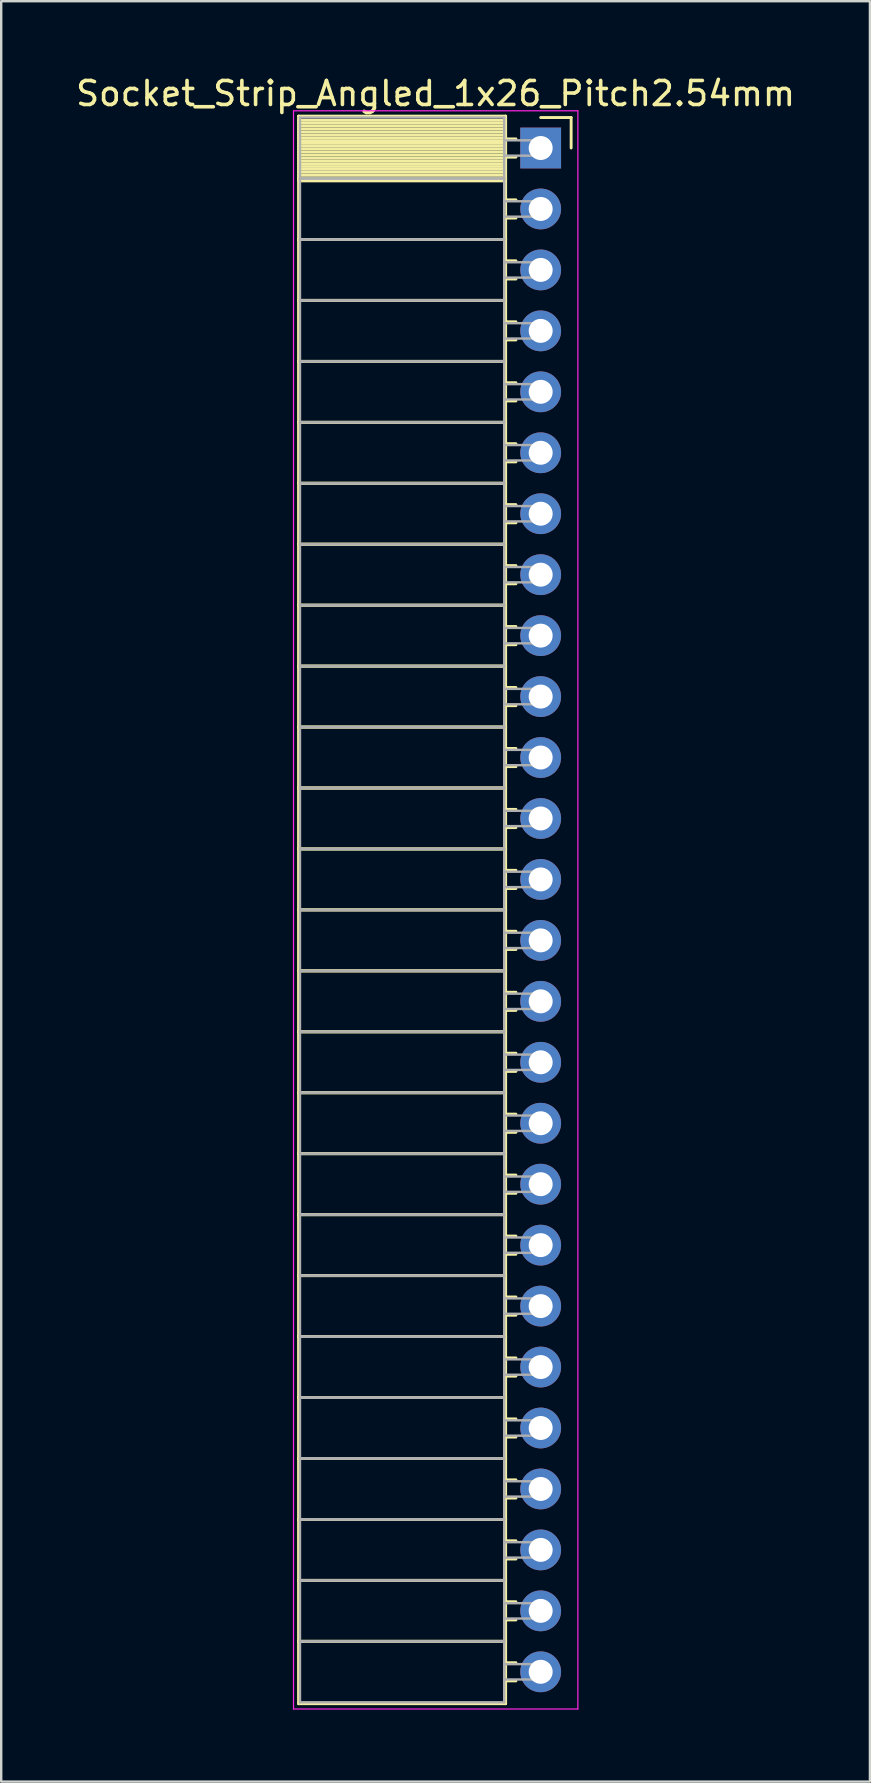
<source format=kicad_pcb>
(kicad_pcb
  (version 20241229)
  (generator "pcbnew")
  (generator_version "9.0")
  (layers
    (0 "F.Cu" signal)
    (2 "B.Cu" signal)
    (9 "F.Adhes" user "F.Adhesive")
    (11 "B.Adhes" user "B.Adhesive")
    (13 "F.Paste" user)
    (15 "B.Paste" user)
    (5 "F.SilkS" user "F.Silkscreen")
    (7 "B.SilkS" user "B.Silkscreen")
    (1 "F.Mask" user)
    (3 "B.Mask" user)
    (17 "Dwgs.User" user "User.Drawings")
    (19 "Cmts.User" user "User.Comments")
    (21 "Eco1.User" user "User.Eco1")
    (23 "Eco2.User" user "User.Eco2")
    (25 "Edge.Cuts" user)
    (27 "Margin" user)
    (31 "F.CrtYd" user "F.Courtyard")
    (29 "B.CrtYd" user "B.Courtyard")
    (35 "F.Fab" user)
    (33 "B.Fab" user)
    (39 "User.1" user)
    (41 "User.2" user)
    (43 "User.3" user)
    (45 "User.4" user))
  (footprint "Socket_Strip_Angled_1x26_Pitch2.54mm"
    (layer "F.Cu")
    (at 19.481 3.118)
    (property "Reference" "Socket_Strip_Angled_1x26_Pitch2.54mm" (at -4.38 -2.27 0) (layer "F.SilkS") (effects (font (size 1 1) (thickness 0.15))))
    (attr through_hole)
    (fp_line (start -10.09 -1.33) (end -1.46 -1.33) (stroke (width 0.12) (type solid)) (layer "F.SilkS"))
    (fp_line (start -10.09 1.27) (end -10.09 -1.33) (stroke (width 0.12) (type solid)) (layer "F.SilkS"))
    (fp_line (start -10.09 1.27) (end -1.46 1.27) (stroke (width 0.12) (type solid)) (layer "F.SilkS"))
    (fp_line (start -10.09 3.81) (end -10.09 1.27) (stroke (width 0.12) (type solid)) (layer "F.SilkS"))
    (fp_line (start -10.09 3.81) (end -1.46 3.81) (stroke (width 0.12) (type solid)) (layer "F.SilkS"))
    (fp_line (start -10.09 6.35) (end -10.09 3.81) (stroke (width 0.12) (type solid)) (layer "F.SilkS"))
    (fp_line (start -10.09 6.35) (end -1.46 6.35) (stroke (width 0.12) (type solid)) (layer "F.SilkS"))
    (fp_line (start -10.09 8.89) (end -10.09 6.35) (stroke (width 0.12) (type solid)) (layer "F.SilkS"))
    (fp_line (start -10.09 8.89) (end -1.46 8.89) (stroke (width 0.12) (type solid)) (layer "F.SilkS"))
    (fp_line (start -10.09 11.43) (end -10.09 8.89) (stroke (width 0.12) (type solid)) (layer "F.SilkS"))
    (fp_line (start -10.09 11.43) (end -1.46 11.43) (stroke (width 0.12) (type solid)) (layer "F.SilkS"))
    (fp_line (start -10.09 13.97) (end -10.09 11.43) (stroke (width 0.12) (type solid)) (layer "F.SilkS"))
    (fp_line (start -10.09 13.97) (end -1.46 13.97) (stroke (width 0.12) (type solid)) (layer "F.SilkS"))
    (fp_line (start -10.09 16.51) (end -10.09 13.97) (stroke (width 0.12) (type solid)) (layer "F.SilkS"))
    (fp_line (start -10.09 16.51) (end -1.46 16.51) (stroke (width 0.12) (type solid)) (layer "F.SilkS"))
    (fp_line (start -10.09 19.05) (end -10.09 16.51) (stroke (width 0.12) (type solid)) (layer "F.SilkS"))
    (fp_line (start -10.09 19.05) (end -1.46 19.05) (stroke (width 0.12) (type solid)) (layer "F.SilkS"))
    (fp_line (start -10.09 21.59) (end -10.09 19.05) (stroke (width 0.12) (type solid)) (layer "F.SilkS"))
    (fp_line (start -10.09 21.59) (end -1.46 21.59) (stroke (width 0.12) (type solid)) (layer "F.SilkS"))
    (fp_line (start -10.09 24.13) (end -10.09 21.59) (stroke (width 0.12) (type solid)) (layer "F.SilkS"))
    (fp_line (start -10.09 24.13) (end -1.46 24.13) (stroke (width 0.12) (type solid)) (layer "F.SilkS"))
    (fp_line (start -10.09 26.67) (end -10.09 24.13) (stroke (width 0.12) (type solid)) (layer "F.SilkS"))
    (fp_line (start -10.09 26.67) (end -1.46 26.67) (stroke (width 0.12) (type solid)) (layer "F.SilkS"))
    (fp_line (start -10.09 29.21) (end -10.09 26.67) (stroke (width 0.12) (type solid)) (layer "F.SilkS"))
    (fp_line (start -10.09 29.21) (end -1.46 29.21) (stroke (width 0.12) (type solid)) (layer "F.SilkS"))
    (fp_line (start -10.09 31.75) (end -10.09 29.21) (stroke (width 0.12) (type solid)) (layer "F.SilkS"))
    (fp_line (start -10.09 31.75) (end -1.46 31.75) (stroke (width 0.12) (type solid)) (layer "F.SilkS"))
    (fp_line (start -10.09 34.29) (end -10.09 31.75) (stroke (width 0.12) (type solid)) (layer "F.SilkS"))
    (fp_line (start -10.09 34.29) (end -1.46 34.29) (stroke (width 0.12) (type solid)) (layer "F.SilkS"))
    (fp_line (start -10.09 36.83) (end -10.09 34.29) (stroke (width 0.12) (type solid)) (layer "F.SilkS"))
    (fp_line (start -10.09 36.83) (end -1.46 36.83) (stroke (width 0.12) (type solid)) (layer "F.SilkS"))
    (fp_line (start -10.09 39.37) (end -10.09 36.83) (stroke (width 0.12) (type solid)) (layer "F.SilkS"))
    (fp_line (start -10.09 39.37) (end -1.46 39.37) (stroke (width 0.12) (type solid)) (layer "F.SilkS"))
    (fp_line (start -10.09 41.91) (end -10.09 39.37) (stroke (width 0.12) (type solid)) (layer "F.SilkS"))
    (fp_line (start -10.09 41.91) (end -1.46 41.91) (stroke (width 0.12) (type solid)) (layer "F.SilkS"))
    (fp_line (start -10.09 44.45) (end -10.09 41.91) (stroke (width 0.12) (type solid)) (layer "F.SilkS"))
    (fp_line (start -10.09 44.45) (end -1.46 44.45) (stroke (width 0.12) (type solid)) (layer "F.SilkS"))
    (fp_line (start -10.09 46.99) (end -10.09 44.45) (stroke (width 0.12) (type solid)) (layer "F.SilkS"))
    (fp_line (start -10.09 46.99) (end -1.46 46.99) (stroke (width 0.12) (type solid)) (layer "F.SilkS"))
    (fp_line (start -10.09 49.53) (end -10.09 46.99) (stroke (width 0.12) (type solid)) (layer "F.SilkS"))
    (fp_line (start -10.09 49.53) (end -1.46 49.53) (stroke (width 0.12) (type solid)) (layer "F.SilkS"))
    (fp_line (start -10.09 52.07) (end -10.09 49.53) (stroke (width 0.12) (type solid)) (layer "F.SilkS"))
    (fp_line (start -10.09 52.07) (end -1.46 52.07) (stroke (width 0.12) (type solid)) (layer "F.SilkS"))
    (fp_line (start -10.09 54.61) (end -10.09 52.07) (stroke (width 0.12) (type solid)) (layer "F.SilkS"))
    (fp_line (start -10.09 54.61) (end -1.46 54.61) (stroke (width 0.12) (type solid)) (layer "F.SilkS"))
    (fp_line (start -10.09 57.15) (end -10.09 54.61) (stroke (width 0.12) (type solid)) (layer "F.SilkS"))
    (fp_line (start -10.09 57.15) (end -1.46 57.15) (stroke (width 0.12) (type solid)) (layer "F.SilkS"))
    (fp_line (start -10.09 59.69) (end -10.09 57.15) (stroke (width 0.12) (type solid)) (layer "F.SilkS"))
    (fp_line (start -10.09 59.69) (end -1.46 59.69) (stroke (width 0.12) (type solid)) (layer "F.SilkS"))
    (fp_line (start -10.09 62.23) (end -10.09 59.69) (stroke (width 0.12) (type solid)) (layer "F.SilkS"))
    (fp_line (start -10.09 62.23) (end -1.46 62.23) (stroke (width 0.12) (type solid)) (layer "F.SilkS"))
    (fp_line (start -10.09 64.83) (end -10.09 62.23) (stroke (width 0.12) (type solid)) (layer "F.SilkS"))
    (fp_line (start -1.46 -1.33) (end -1.46 1.27) (stroke (width 0.12) (type solid)) (layer "F.SilkS"))
    (fp_line (start -1.46 -1.15) (end -10.09 -1.15) (stroke (width 0.12) (type solid)) (layer "F.SilkS"))
    (fp_line (start -1.46 -1.03) (end -10.09 -1.03) (stroke (width 0.12) (type solid)) (layer "F.SilkS"))
    (fp_line (start -1.46 -0.91) (end -10.09 -0.91) (stroke (width 0.12) (type solid)) (layer "F.SilkS"))
    (fp_line (start -1.46 -0.79) (end -10.09 -0.79) (stroke (width 0.12) (type solid)) (layer "F.SilkS"))
    (fp_line (start -1.46 -0.67) (end -10.09 -0.67) (stroke (width 0.12) (type solid)) (layer "F.SilkS"))
    (fp_line (start -1.46 -0.55) (end -10.09 -0.55) (stroke (width 0.12) (type solid)) (layer "F.SilkS"))
    (fp_line (start -1.46 -0.43) (end -10.09 -0.43) (stroke (width 0.12) (type solid)) (layer "F.SilkS"))
    (fp_line (start -1.46 -0.31) (end -10.09 -0.31) (stroke (width 0.12) (type solid)) (layer "F.SilkS"))
    (fp_line (start -1.46 -0.19) (end -10.09 -0.19) (stroke (width 0.12) (type solid)) (layer "F.SilkS"))
    (fp_line (start -1.46 -0.07) (end -10.09 -0.07) (stroke (width 0.12) (type solid)) (layer "F.SilkS"))
    (fp_line (start -1.46 0.05) (end -10.09 0.05) (stroke (width 0.12) (type solid)) (layer "F.SilkS"))
    (fp_line (start -1.46 0.17) (end -10.09 0.17) (stroke (width 0.12) (type solid)) (layer "F.SilkS"))
    (fp_line (start -1.46 0.29) (end -10.09 0.29) (stroke (width 0.12) (type solid)) (layer "F.SilkS"))
    (fp_line (start -1.46 0.41) (end -10.09 0.41) (stroke (width 0.12) (type solid)) (layer "F.SilkS"))
    (fp_line (start -1.46 0.53) (end -10.09 0.53) (stroke (width 0.12) (type solid)) (layer "F.SilkS"))
    (fp_line (start -1.46 0.65) (end -10.09 0.65) (stroke (width 0.12) (type solid)) (layer "F.SilkS"))
    (fp_line (start -1.46 0.77) (end -10.09 0.77) (stroke (width 0.12) (type solid)) (layer "F.SilkS"))
    (fp_line (start -1.46 0.89) (end -10.09 0.89) (stroke (width 0.12) (type solid)) (layer "F.SilkS"))
    (fp_line (start -1.46 1.01) (end -10.09 1.01) (stroke (width 0.12) (type solid)) (layer "F.SilkS"))
    (fp_line (start -1.46 1.13) (end -10.09 1.13) (stroke (width 0.12) (type solid)) (layer "F.SilkS"))
    (fp_line (start -1.46 1.25) (end -10.09 1.25) (stroke (width 0.12) (type solid)) (layer "F.SilkS"))
    (fp_line (start -1.46 1.27) (end -10.09 1.27) (stroke (width 0.12) (type solid)) (layer "F.SilkS"))
    (fp_line (start -1.46 1.27) (end -1.46 3.81) (stroke (width 0.12) (type solid)) (layer "F.SilkS"))
    (fp_line (start -1.46 1.37) (end -10.09 1.37) (stroke (width 0.12) (type solid)) (layer "F.SilkS"))
    (fp_line (start -1.46 3.81) (end -10.09 3.81) (stroke (width 0.12) (type solid)) (layer "F.SilkS"))
    (fp_line (start -1.46 3.81) (end -1.46 6.35) (stroke (width 0.12) (type solid)) (layer "F.SilkS"))
    (fp_line (start -1.46 6.35) (end -10.09 6.35) (stroke (width 0.12) (type solid)) (layer "F.SilkS"))
    (fp_line (start -1.46 6.35) (end -1.46 8.89) (stroke (width 0.12) (type solid)) (layer "F.SilkS"))
    (fp_line (start -1.46 8.89) (end -10.09 8.89) (stroke (width 0.12) (type solid)) (layer "F.SilkS"))
    (fp_line (start -1.46 8.89) (end -1.46 11.43) (stroke (width 0.12) (type solid)) (layer "F.SilkS"))
    (fp_line (start -1.46 11.43) (end -10.09 11.43) (stroke (width 0.12) (type solid)) (layer "F.SilkS"))
    (fp_line (start -1.46 11.43) (end -1.46 13.97) (stroke (width 0.12) (type solid)) (layer "F.SilkS"))
    (fp_line (start -1.46 13.97) (end -10.09 13.97) (stroke (width 0.12) (type solid)) (layer "F.SilkS"))
    (fp_line (start -1.46 13.97) (end -1.46 16.51) (stroke (width 0.12) (type solid)) (layer "F.SilkS"))
    (fp_line (start -1.46 16.51) (end -10.09 16.51) (stroke (width 0.12) (type solid)) (layer "F.SilkS"))
    (fp_line (start -1.46 16.51) (end -1.46 19.05) (stroke (width 0.12) (type solid)) (layer "F.SilkS"))
    (fp_line (start -1.46 19.05) (end -10.09 19.05) (stroke (width 0.12) (type solid)) (layer "F.SilkS"))
    (fp_line (start -1.46 19.05) (end -1.46 21.59) (stroke (width 0.12) (type solid)) (layer "F.SilkS"))
    (fp_line (start -1.46 21.59) (end -10.09 21.59) (stroke (width 0.12) (type solid)) (layer "F.SilkS"))
    (fp_line (start -1.46 21.59) (end -1.46 24.13) (stroke (width 0.12) (type solid)) (layer "F.SilkS"))
    (fp_line (start -1.46 24.13) (end -10.09 24.13) (stroke (width 0.12) (type solid)) (layer "F.SilkS"))
    (fp_line (start -1.46 24.13) (end -1.46 26.67) (stroke (width 0.12) (type solid)) (layer "F.SilkS"))
    (fp_line (start -1.46 26.67) (end -10.09 26.67) (stroke (width 0.12) (type solid)) (layer "F.SilkS"))
    (fp_line (start -1.46 26.67) (end -1.46 29.21) (stroke (width 0.12) (type solid)) (layer "F.SilkS"))
    (fp_line (start -1.46 29.21) (end -10.09 29.21) (stroke (width 0.12) (type solid)) (layer "F.SilkS"))
    (fp_line (start -1.46 29.21) (end -1.46 31.75) (stroke (width 0.12) (type solid)) (layer "F.SilkS"))
    (fp_line (start -1.46 31.75) (end -10.09 31.75) (stroke (width 0.12) (type solid)) (layer "F.SilkS"))
    (fp_line (start -1.46 31.75) (end -1.46 34.29) (stroke (width 0.12) (type solid)) (layer "F.SilkS"))
    (fp_line (start -1.46 34.29) (end -10.09 34.29) (stroke (width 0.12) (type solid)) (layer "F.SilkS"))
    (fp_line (start -1.46 34.29) (end -1.46 36.83) (stroke (width 0.12) (type solid)) (layer "F.SilkS"))
    (fp_line (start -1.46 36.83) (end -10.09 36.83) (stroke (width 0.12) (type solid)) (layer "F.SilkS"))
    (fp_line (start -1.46 36.83) (end -1.46 39.37) (stroke (width 0.12) (type solid)) (layer "F.SilkS"))
    (fp_line (start -1.46 39.37) (end -10.09 39.37) (stroke (width 0.12) (type solid)) (layer "F.SilkS"))
    (fp_line (start -1.46 39.37) (end -1.46 41.91) (stroke (width 0.12) (type solid)) (layer "F.SilkS"))
    (fp_line (start -1.46 41.91) (end -10.09 41.91) (stroke (width 0.12) (type solid)) (layer "F.SilkS"))
    (fp_line (start -1.46 41.91) (end -1.46 44.45) (stroke (width 0.12) (type solid)) (layer "F.SilkS"))
    (fp_line (start -1.46 44.45) (end -10.09 44.45) (stroke (width 0.12) (type solid)) (layer "F.SilkS"))
    (fp_line (start -1.46 44.45) (end -1.46 46.99) (stroke (width 0.12) (type solid)) (layer "F.SilkS"))
    (fp_line (start -1.46 46.99) (end -10.09 46.99) (stroke (width 0.12) (type solid)) (layer "F.SilkS"))
    (fp_line (start -1.46 46.99) (end -1.46 49.53) (stroke (width 0.12) (type solid)) (layer "F.SilkS"))
    (fp_line (start -1.46 49.53) (end -10.09 49.53) (stroke (width 0.12) (type solid)) (layer "F.SilkS"))
    (fp_line (start -1.46 49.53) (end -1.46 52.07) (stroke (width 0.12) (type solid)) (layer "F.SilkS"))
    (fp_line (start -1.46 52.07) (end -10.09 52.07) (stroke (width 0.12) (type solid)) (layer "F.SilkS"))
    (fp_line (start -1.46 52.07) (end -1.46 54.61) (stroke (width 0.12) (type solid)) (layer "F.SilkS"))
    (fp_line (start -1.46 54.61) (end -10.09 54.61) (stroke (width 0.12) (type solid)) (layer "F.SilkS"))
    (fp_line (start -1.46 54.61) (end -1.46 57.15) (stroke (width 0.12) (type solid)) (layer "F.SilkS"))
    (fp_line (start -1.46 57.15) (end -10.09 57.15) (stroke (width 0.12) (type solid)) (layer "F.SilkS"))
    (fp_line (start -1.46 57.15) (end -1.46 59.69) (stroke (width 0.12) (type solid)) (layer "F.SilkS"))
    (fp_line (start -1.46 59.69) (end -10.09 59.69) (stroke (width 0.12) (type solid)) (layer "F.SilkS"))
    (fp_line (start -1.46 59.69) (end -1.46 62.23) (stroke (width 0.12) (type solid)) (layer "F.SilkS"))
    (fp_line (start -1.46 62.23) (end -10.09 62.23) (stroke (width 0.12) (type solid)) (layer "F.SilkS"))
    (fp_line (start -1.46 62.23) (end -1.46 64.83) (stroke (width 0.12) (type solid)) (layer "F.SilkS"))
    (fp_line (start -1.46 64.83) (end -10.09 64.83) (stroke (width 0.12) (type solid)) (layer "F.SilkS"))
    (fp_line (start -1.03 -0.38) (end -1.46 -0.38) (stroke (width 0.12) (type solid)) (layer "F.SilkS"))
    (fp_line (start -1.03 0.38) (end -1.46 0.38) (stroke (width 0.12) (type solid)) (layer "F.SilkS"))
    (fp_line (start -1.03 2.16) (end -1.46 2.16) (stroke (width 0.12) (type solid)) (layer "F.SilkS"))
    (fp_line (start -1.03 2.92) (end -1.46 2.92) (stroke (width 0.12) (type solid)) (layer "F.SilkS"))
    (fp_line (start -1.03 4.7) (end -1.46 4.7) (stroke (width 0.12) (type solid)) (layer "F.SilkS"))
    (fp_line (start -1.03 5.46) (end -1.46 5.46) (stroke (width 0.12) (type solid)) (layer "F.SilkS"))
    (fp_line (start -1.03 7.24) (end -1.46 7.24) (stroke (width 0.12) (type solid)) (layer "F.SilkS"))
    (fp_line (start -1.03 8) (end -1.46 8) (stroke (width 0.12) (type solid)) (layer "F.SilkS"))
    (fp_line (start -1.03 9.78) (end -1.46 9.78) (stroke (width 0.12) (type solid)) (layer "F.SilkS"))
    (fp_line (start -1.03 10.54) (end -1.46 10.54) (stroke (width 0.12) (type solid)) (layer "F.SilkS"))
    (fp_line (start -1.03 12.32) (end -1.46 12.32) (stroke (width 0.12) (type solid)) (layer "F.SilkS"))
    (fp_line (start -1.03 13.08) (end -1.46 13.08) (stroke (width 0.12) (type solid)) (layer "F.SilkS"))
    (fp_line (start -1.03 14.86) (end -1.46 14.86) (stroke (width 0.12) (type solid)) (layer "F.SilkS"))
    (fp_line (start -1.03 15.62) (end -1.46 15.62) (stroke (width 0.12) (type solid)) (layer "F.SilkS"))
    (fp_line (start -1.03 17.4) (end -1.46 17.4) (stroke (width 0.12) (type solid)) (layer "F.SilkS"))
    (fp_line (start -1.03 18.16) (end -1.46 18.16) (stroke (width 0.12) (type solid)) (layer "F.SilkS"))
    (fp_line (start -1.03 19.94) (end -1.46 19.94) (stroke (width 0.12) (type solid)) (layer "F.SilkS"))
    (fp_line (start -1.03 20.7) (end -1.46 20.7) (stroke (width 0.12) (type solid)) (layer "F.SilkS"))
    (fp_line (start -1.03 22.48) (end -1.46 22.48) (stroke (width 0.12) (type solid)) (layer "F.SilkS"))
    (fp_line (start -1.03 23.24) (end -1.46 23.24) (stroke (width 0.12) (type solid)) (layer "F.SilkS"))
    (fp_line (start -1.03 25.02) (end -1.46 25.02) (stroke (width 0.12) (type solid)) (layer "F.SilkS"))
    (fp_line (start -1.03 25.78) (end -1.46 25.78) (stroke (width 0.12) (type solid)) (layer "F.SilkS"))
    (fp_line (start -1.03 27.56) (end -1.46 27.56) (stroke (width 0.12) (type solid)) (layer "F.SilkS"))
    (fp_line (start -1.03 28.32) (end -1.46 28.32) (stroke (width 0.12) (type solid)) (layer "F.SilkS"))
    (fp_line (start -1.03 30.1) (end -1.46 30.1) (stroke (width 0.12) (type solid)) (layer "F.SilkS"))
    (fp_line (start -1.03 30.86) (end -1.46 30.86) (stroke (width 0.12) (type solid)) (layer "F.SilkS"))
    (fp_line (start -1.03 32.64) (end -1.46 32.64) (stroke (width 0.12) (type solid)) (layer "F.SilkS"))
    (fp_line (start -1.03 33.4) (end -1.46 33.4) (stroke (width 0.12) (type solid)) (layer "F.SilkS"))
    (fp_line (start -1.03 35.18) (end -1.46 35.18) (stroke (width 0.12) (type solid)) (layer "F.SilkS"))
    (fp_line (start -1.03 35.94) (end -1.46 35.94) (stroke (width 0.12) (type solid)) (layer "F.SilkS"))
    (fp_line (start -1.03 37.72) (end -1.46 37.72) (stroke (width 0.12) (type solid)) (layer "F.SilkS"))
    (fp_line (start -1.03 38.48) (end -1.46 38.48) (stroke (width 0.12) (type solid)) (layer "F.SilkS"))
    (fp_line (start -1.03 40.26) (end -1.46 40.26) (stroke (width 0.12) (type solid)) (layer "F.SilkS"))
    (fp_line (start -1.03 41.02) (end -1.46 41.02) (stroke (width 0.12) (type solid)) (layer "F.SilkS"))
    (fp_line (start -1.03 42.8) (end -1.46 42.8) (stroke (width 0.12) (type solid)) (layer "F.SilkS"))
    (fp_line (start -1.03 43.56) (end -1.46 43.56) (stroke (width 0.12) (type solid)) (layer "F.SilkS"))
    (fp_line (start -1.03 45.34) (end -1.46 45.34) (stroke (width 0.12) (type solid)) (layer "F.SilkS"))
    (fp_line (start -1.03 46.1) (end -1.46 46.1) (stroke (width 0.12) (type solid)) (layer "F.SilkS"))
    (fp_line (start -1.03 47.88) (end -1.46 47.88) (stroke (width 0.12) (type solid)) (layer "F.SilkS"))
    (fp_line (start -1.03 48.64) (end -1.46 48.64) (stroke (width 0.12) (type solid)) (layer "F.SilkS"))
    (fp_line (start -1.03 50.42) (end -1.46 50.42) (stroke (width 0.12) (type solid)) (layer "F.SilkS"))
    (fp_line (start -1.03 51.18) (end -1.46 51.18) (stroke (width 0.12) (type solid)) (layer "F.SilkS"))
    (fp_line (start -1.03 52.96) (end -1.46 52.96) (stroke (width 0.12) (type solid)) (layer "F.SilkS"))
    (fp_line (start -1.03 53.72) (end -1.46 53.72) (stroke (width 0.12) (type solid)) (layer "F.SilkS"))
    (fp_line (start -1.03 55.5) (end -1.46 55.5) (stroke (width 0.12) (type solid)) (layer "F.SilkS"))
    (fp_line (start -1.03 56.26) (end -1.46 56.26) (stroke (width 0.12) (type solid)) (layer "F.SilkS"))
    (fp_line (start -1.03 58.04) (end -1.46 58.04) (stroke (width 0.12) (type solid)) (layer "F.SilkS"))
    (fp_line (start -1.03 58.8) (end -1.46 58.8) (stroke (width 0.12) (type solid)) (layer "F.SilkS"))
    (fp_line (start -1.03 60.58) (end -1.46 60.58) (stroke (width 0.12) (type solid)) (layer "F.SilkS"))
    (fp_line (start -1.03 61.34) (end -1.46 61.34) (stroke (width 0.12) (type solid)) (layer "F.SilkS"))
    (fp_line (start -1.03 63.12) (end -1.46 63.12) (stroke (width 0.12) (type solid)) (layer "F.SilkS"))
    (fp_line (start -1.03 63.88) (end -1.46 63.88) (stroke (width 0.12) (type solid)) (layer "F.SilkS"))
    (fp_line (start 0 -1.27) (end 1.27 -1.27) (stroke (width 0.12) (type solid)) (layer "F.SilkS"))
    (fp_line (start 1.27 -1.27) (end 1.27 0) (stroke (width 0.12) (type solid)) (layer "F.SilkS"))
    (fp_line (start -10.3 -1.55) (end 1.55 -1.55) (stroke (width 0.05) (type solid)) (layer "F.CrtYd"))
    (fp_line (start -10.3 65.05) (end -10.3 -1.55) (stroke (width 0.05) (type solid)) (layer "F.CrtYd"))
    (fp_line (start 1.55 -1.55) (end 1.55 65.05) (stroke (width 0.05) (type solid)) (layer "F.CrtYd"))
    (fp_line (start 1.55 65.05) (end -10.3 65.05) (stroke (width 0.05) (type solid)) (layer "F.CrtYd"))
    (fp_line (start -10.03 -1.27) (end -1.52 -1.27) (stroke (width 0.1) (type solid)) (layer "F.Fab"))
    (fp_line (start -10.03 1.27) (end -10.03 -1.27) (stroke (width 0.1) (type solid)) (layer "F.Fab"))
    (fp_line (start -10.03 1.27) (end -1.52 1.27) (stroke (width 0.1) (type solid)) (layer "F.Fab"))
    (fp_line (start -10.03 3.81) (end -10.03 1.27) (stroke (width 0.1) (type solid)) (layer "F.Fab"))
    (fp_line (start -10.03 3.81) (end -1.52 3.81) (stroke (width 0.1) (type solid)) (layer "F.Fab"))
    (fp_line (start -10.03 6.35) (end -10.03 3.81) (stroke (width 0.1) (type solid)) (layer "F.Fab"))
    (fp_line (start -10.03 6.35) (end -1.52 6.35) (stroke (width 0.1) (type solid)) (layer "F.Fab"))
    (fp_line (start -10.03 8.89) (end -10.03 6.35) (stroke (width 0.1) (type solid)) (layer "F.Fab"))
    (fp_line (start -10.03 8.89) (end -1.52 8.89) (stroke (width 0.1) (type solid)) (layer "F.Fab"))
    (fp_line (start -10.03 11.43) (end -10.03 8.89) (stroke (width 0.1) (type solid)) (layer "F.Fab"))
    (fp_line (start -10.03 11.43) (end -1.52 11.43) (stroke (width 0.1) (type solid)) (layer "F.Fab"))
    (fp_line (start -10.03 13.97) (end -10.03 11.43) (stroke (width 0.1) (type solid)) (layer "F.Fab"))
    (fp_line (start -10.03 13.97) (end -1.52 13.97) (stroke (width 0.1) (type solid)) (layer "F.Fab"))
    (fp_line (start -10.03 16.51) (end -10.03 13.97) (stroke (width 0.1) (type solid)) (layer "F.Fab"))
    (fp_line (start -10.03 16.51) (end -1.52 16.51) (stroke (width 0.1) (type solid)) (layer "F.Fab"))
    (fp_line (start -10.03 19.05) (end -10.03 16.51) (stroke (width 0.1) (type solid)) (layer "F.Fab"))
    (fp_line (start -10.03 19.05) (end -1.52 19.05) (stroke (width 0.1) (type solid)) (layer "F.Fab"))
    (fp_line (start -10.03 21.59) (end -10.03 19.05) (stroke (width 0.1) (type solid)) (layer "F.Fab"))
    (fp_line (start -10.03 21.59) (end -1.52 21.59) (stroke (width 0.1) (type solid)) (layer "F.Fab"))
    (fp_line (start -10.03 24.13) (end -10.03 21.59) (stroke (width 0.1) (type solid)) (layer "F.Fab"))
    (fp_line (start -10.03 24.13) (end -1.52 24.13) (stroke (width 0.1) (type solid)) (layer "F.Fab"))
    (fp_line (start -10.03 26.67) (end -10.03 24.13) (stroke (width 0.1) (type solid)) (layer "F.Fab"))
    (fp_line (start -10.03 26.67) (end -1.52 26.67) (stroke (width 0.1) (type solid)) (layer "F.Fab"))
    (fp_line (start -10.03 29.21) (end -10.03 26.67) (stroke (width 0.1) (type solid)) (layer "F.Fab"))
    (fp_line (start -10.03 29.21) (end -1.52 29.21) (stroke (width 0.1) (type solid)) (layer "F.Fab"))
    (fp_line (start -10.03 31.75) (end -10.03 29.21) (stroke (width 0.1) (type solid)) (layer "F.Fab"))
    (fp_line (start -10.03 31.75) (end -1.52 31.75) (stroke (width 0.1) (type solid)) (layer "F.Fab"))
    (fp_line (start -10.03 34.29) (end -10.03 31.75) (stroke (width 0.1) (type solid)) (layer "F.Fab"))
    (fp_line (start -10.03 34.29) (end -1.52 34.29) (stroke (width 0.1) (type solid)) (layer "F.Fab"))
    (fp_line (start -10.03 36.83) (end -10.03 34.29) (stroke (width 0.1) (type solid)) (layer "F.Fab"))
    (fp_line (start -10.03 36.83) (end -1.52 36.83) (stroke (width 0.1) (type solid)) (layer "F.Fab"))
    (fp_line (start -10.03 39.37) (end -10.03 36.83) (stroke (width 0.1) (type solid)) (layer "F.Fab"))
    (fp_line (start -10.03 39.37) (end -1.52 39.37) (stroke (width 0.1) (type solid)) (layer "F.Fab"))
    (fp_line (start -10.03 41.91) (end -10.03 39.37) (stroke (width 0.1) (type solid)) (layer "F.Fab"))
    (fp_line (start -10.03 41.91) (end -1.52 41.91) (stroke (width 0.1) (type solid)) (layer "F.Fab"))
    (fp_line (start -10.03 44.45) (end -10.03 41.91) (stroke (width 0.1) (type solid)) (layer "F.Fab"))
    (fp_line (start -10.03 44.45) (end -1.52 44.45) (stroke (width 0.1) (type solid)) (layer "F.Fab"))
    (fp_line (start -10.03 46.99) (end -10.03 44.45) (stroke (width 0.1) (type solid)) (layer "F.Fab"))
    (fp_line (start -10.03 46.99) (end -1.52 46.99) (stroke (width 0.1) (type solid)) (layer "F.Fab"))
    (fp_line (start -10.03 49.53) (end -10.03 46.99) (stroke (width 0.1) (type solid)) (layer "F.Fab"))
    (fp_line (start -10.03 49.53) (end -1.52 49.53) (stroke (width 0.1) (type solid)) (layer "F.Fab"))
    (fp_line (start -10.03 52.07) (end -10.03 49.53) (stroke (width 0.1) (type solid)) (layer "F.Fab"))
    (fp_line (start -10.03 52.07) (end -1.52 52.07) (stroke (width 0.1) (type solid)) (layer "F.Fab"))
    (fp_line (start -10.03 54.61) (end -10.03 52.07) (stroke (width 0.1) (type solid)) (layer "F.Fab"))
    (fp_line (start -10.03 54.61) (end -1.52 54.61) (stroke (width 0.1) (type solid)) (layer "F.Fab"))
    (fp_line (start -10.03 57.15) (end -10.03 54.61) (stroke (width 0.1) (type solid)) (layer "F.Fab"))
    (fp_line (start -10.03 57.15) (end -1.52 57.15) (stroke (width 0.1) (type solid)) (layer "F.Fab"))
    (fp_line (start -10.03 59.69) (end -10.03 57.15) (stroke (width 0.1) (type solid)) (layer "F.Fab"))
    (fp_line (start -10.03 59.69) (end -1.52 59.69) (stroke (width 0.1) (type solid)) (layer "F.Fab"))
    (fp_line (start -10.03 62.23) (end -10.03 59.69) (stroke (width 0.1) (type solid)) (layer "F.Fab"))
    (fp_line (start -10.03 62.23) (end -1.52 62.23) (stroke (width 0.1) (type solid)) (layer "F.Fab"))
    (fp_line (start -10.03 64.77) (end -10.03 62.23) (stroke (width 0.1) (type solid)) (layer "F.Fab"))
    (fp_line (start -1.52 -1.27) (end -1.52 1.27) (stroke (width 0.1) (type solid)) (layer "F.Fab"))
    (fp_line (start -1.52 -0.32) (end 0 -0.32) (stroke (width 0.1) (type solid)) (layer "F.Fab"))
    (fp_line (start -1.52 0.32) (end -1.52 -0.32) (stroke (width 0.1) (type solid)) (layer "F.Fab"))
    (fp_line (start -1.52 1.27) (end -10.03 1.27) (stroke (width 0.1) (type solid)) (layer "F.Fab"))
    (fp_line (start -1.52 1.27) (end -1.52 3.81) (stroke (width 0.1) (type solid)) (layer "F.Fab"))
    (fp_line (start -1.52 2.22) (end 0 2.22) (stroke (width 0.1) (type solid)) (layer "F.Fab"))
    (fp_line (start -1.52 2.86) (end -1.52 2.22) (stroke (width 0.1) (type solid)) (layer "F.Fab"))
    (fp_line (start -1.52 3.81) (end -10.03 3.81) (stroke (width 0.1) (type solid)) (layer "F.Fab"))
    (fp_line (start -1.52 3.81) (end -1.52 6.35) (stroke (width 0.1) (type solid)) (layer "F.Fab"))
    (fp_line (start -1.52 4.76) (end 0 4.76) (stroke (width 0.1) (type solid)) (layer "F.Fab"))
    (fp_line (start -1.52 5.4) (end -1.52 4.76) (stroke (width 0.1) (type solid)) (layer "F.Fab"))
    (fp_line (start -1.52 6.35) (end -10.03 6.35) (stroke (width 0.1) (type solid)) (layer "F.Fab"))
    (fp_line (start -1.52 6.35) (end -1.52 8.89) (stroke (width 0.1) (type solid)) (layer "F.Fab"))
    (fp_line (start -1.52 7.3) (end 0 7.3) (stroke (width 0.1) (type solid)) (layer "F.Fab"))
    (fp_line (start -1.52 7.94) (end -1.52 7.3) (stroke (width 0.1) (type solid)) (layer "F.Fab"))
    (fp_line (start -1.52 8.89) (end -10.03 8.89) (stroke (width 0.1) (type solid)) (layer "F.Fab"))
    (fp_line (start -1.52 8.89) (end -1.52 11.43) (stroke (width 0.1) (type solid)) (layer "F.Fab"))
    (fp_line (start -1.52 9.84) (end 0 9.84) (stroke (width 0.1) (type solid)) (layer "F.Fab"))
    (fp_line (start -1.52 10.48) (end -1.52 9.84) (stroke (width 0.1) (type solid)) (layer "F.Fab"))
    (fp_line (start -1.52 11.43) (end -10.03 11.43) (stroke (width 0.1) (type solid)) (layer "F.Fab"))
    (fp_line (start -1.52 11.43) (end -1.52 13.97) (stroke (width 0.1) (type solid)) (layer "F.Fab"))
    (fp_line (start -1.52 12.38) (end 0 12.38) (stroke (width 0.1) (type solid)) (layer "F.Fab"))
    (fp_line (start -1.52 13.02) (end -1.52 12.38) (stroke (width 0.1) (type solid)) (layer "F.Fab"))
    (fp_line (start -1.52 13.97) (end -10.03 13.97) (stroke (width 0.1) (type solid)) (layer "F.Fab"))
    (fp_line (start -1.52 13.97) (end -1.52 16.51) (stroke (width 0.1) (type solid)) (layer "F.Fab"))
    (fp_line (start -1.52 14.92) (end 0 14.92) (stroke (width 0.1) (type solid)) (layer "F.Fab"))
    (fp_line (start -1.52 15.56) (end -1.52 14.92) (stroke (width 0.1) (type solid)) (layer "F.Fab"))
    (fp_line (start -1.52 16.51) (end -10.03 16.51) (stroke (width 0.1) (type solid)) (layer "F.Fab"))
    (fp_line (start -1.52 16.51) (end -1.52 19.05) (stroke (width 0.1) (type solid)) (layer "F.Fab"))
    (fp_line (start -1.52 17.46) (end 0 17.46) (stroke (width 0.1) (type solid)) (layer "F.Fab"))
    (fp_line (start -1.52 18.1) (end -1.52 17.46) (stroke (width 0.1) (type solid)) (layer "F.Fab"))
    (fp_line (start -1.52 19.05) (end -10.03 19.05) (stroke (width 0.1) (type solid)) (layer "F.Fab"))
    (fp_line (start -1.52 19.05) (end -1.52 21.59) (stroke (width 0.1) (type solid)) (layer "F.Fab"))
    (fp_line (start -1.52 20) (end 0 20) (stroke (width 0.1) (type solid)) (layer "F.Fab"))
    (fp_line (start -1.52 20.64) (end -1.52 20) (stroke (width 0.1) (type solid)) (layer "F.Fab"))
    (fp_line (start -1.52 21.59) (end -10.03 21.59) (stroke (width 0.1) (type solid)) (layer "F.Fab"))
    (fp_line (start -1.52 21.59) (end -1.52 24.13) (stroke (width 0.1) (type solid)) (layer "F.Fab"))
    (fp_line (start -1.52 22.54) (end 0 22.54) (stroke (width 0.1) (type solid)) (layer "F.Fab"))
    (fp_line (start -1.52 23.18) (end -1.52 22.54) (stroke (width 0.1) (type solid)) (layer "F.Fab"))
    (fp_line (start -1.52 24.13) (end -10.03 24.13) (stroke (width 0.1) (type solid)) (layer "F.Fab"))
    (fp_line (start -1.52 24.13) (end -1.52 26.67) (stroke (width 0.1) (type solid)) (layer "F.Fab"))
    (fp_line (start -1.52 25.08) (end 0 25.08) (stroke (width 0.1) (type solid)) (layer "F.Fab"))
    (fp_line (start -1.52 25.72) (end -1.52 25.08) (stroke (width 0.1) (type solid)) (layer "F.Fab"))
    (fp_line (start -1.52 26.67) (end -10.03 26.67) (stroke (width 0.1) (type solid)) (layer "F.Fab"))
    (fp_line (start -1.52 26.67) (end -1.52 29.21) (stroke (width 0.1) (type solid)) (layer "F.Fab"))
    (fp_line (start -1.52 27.62) (end 0 27.62) (stroke (width 0.1) (type solid)) (layer "F.Fab"))
    (fp_line (start -1.52 28.26) (end -1.52 27.62) (stroke (width 0.1) (type solid)) (layer "F.Fab"))
    (fp_line (start -1.52 29.21) (end -10.03 29.21) (stroke (width 0.1) (type solid)) (layer "F.Fab"))
    (fp_line (start -1.52 29.21) (end -1.52 31.75) (stroke (width 0.1) (type solid)) (layer "F.Fab"))
    (fp_line (start -1.52 30.16) (end 0 30.16) (stroke (width 0.1) (type solid)) (layer "F.Fab"))
    (fp_line (start -1.52 30.8) (end -1.52 30.16) (stroke (width 0.1) (type solid)) (layer "F.Fab"))
    (fp_line (start -1.52 31.75) (end -10.03 31.75) (stroke (width 0.1) (type solid)) (layer "F.Fab"))
    (fp_line (start -1.52 31.75) (end -1.52 34.29) (stroke (width 0.1) (type solid)) (layer "F.Fab"))
    (fp_line (start -1.52 32.7) (end 0 32.7) (stroke (width 0.1) (type solid)) (layer "F.Fab"))
    (fp_line (start -1.52 33.34) (end -1.52 32.7) (stroke (width 0.1) (type solid)) (layer "F.Fab"))
    (fp_line (start -1.52 34.29) (end -10.03 34.29) (stroke (width 0.1) (type solid)) (layer "F.Fab"))
    (fp_line (start -1.52 34.29) (end -1.52 36.83) (stroke (width 0.1) (type solid)) (layer "F.Fab"))
    (fp_line (start -1.52 35.24) (end 0 35.24) (stroke (width 0.1) (type solid)) (layer "F.Fab"))
    (fp_line (start -1.52 35.88) (end -1.52 35.24) (stroke (width 0.1) (type solid)) (layer "F.Fab"))
    (fp_line (start -1.52 36.83) (end -10.03 36.83) (stroke (width 0.1) (type solid)) (layer "F.Fab"))
    (fp_line (start -1.52 36.83) (end -1.52 39.37) (stroke (width 0.1) (type solid)) (layer "F.Fab"))
    (fp_line (start -1.52 37.78) (end 0 37.78) (stroke (width 0.1) (type solid)) (layer "F.Fab"))
    (fp_line (start -1.52 38.42) (end -1.52 37.78) (stroke (width 0.1) (type solid)) (layer "F.Fab"))
    (fp_line (start -1.52 39.37) (end -10.03 39.37) (stroke (width 0.1) (type solid)) (layer "F.Fab"))
    (fp_line (start -1.52 39.37) (end -1.52 41.91) (stroke (width 0.1) (type solid)) (layer "F.Fab"))
    (fp_line (start -1.52 40.32) (end 0 40.32) (stroke (width 0.1) (type solid)) (layer "F.Fab"))
    (fp_line (start -1.52 40.96) (end -1.52 40.32) (stroke (width 0.1) (type solid)) (layer "F.Fab"))
    (fp_line (start -1.52 41.91) (end -10.03 41.91) (stroke (width 0.1) (type solid)) (layer "F.Fab"))
    (fp_line (start -1.52 41.91) (end -1.52 44.45) (stroke (width 0.1) (type solid)) (layer "F.Fab"))
    (fp_line (start -1.52 42.86) (end 0 42.86) (stroke (width 0.1) (type solid)) (layer "F.Fab"))
    (fp_line (start -1.52 43.5) (end -1.52 42.86) (stroke (width 0.1) (type solid)) (layer "F.Fab"))
    (fp_line (start -1.52 44.45) (end -10.03 44.45) (stroke (width 0.1) (type solid)) (layer "F.Fab"))
    (fp_line (start -1.52 44.45) (end -1.52 46.99) (stroke (width 0.1) (type solid)) (layer "F.Fab"))
    (fp_line (start -1.52 45.4) (end 0 45.4) (stroke (width 0.1) (type solid)) (layer "F.Fab"))
    (fp_line (start -1.52 46.04) (end -1.52 45.4) (stroke (width 0.1) (type solid)) (layer "F.Fab"))
    (fp_line (start -1.52 46.99) (end -10.03 46.99) (stroke (width 0.1) (type solid)) (layer "F.Fab"))
    (fp_line (start -1.52 46.99) (end -1.52 49.53) (stroke (width 0.1) (type solid)) (layer "F.Fab"))
    (fp_line (start -1.52 47.94) (end 0 47.94) (stroke (width 0.1) (type solid)) (layer "F.Fab"))
    (fp_line (start -1.52 48.58) (end -1.52 47.94) (stroke (width 0.1) (type solid)) (layer "F.Fab"))
    (fp_line (start -1.52 49.53) (end -10.03 49.53) (stroke (width 0.1) (type solid)) (layer "F.Fab"))
    (fp_line (start -1.52 49.53) (end -1.52 52.07) (stroke (width 0.1) (type solid)) (layer "F.Fab"))
    (fp_line (start -1.52 50.48) (end 0 50.48) (stroke (width 0.1) (type solid)) (layer "F.Fab"))
    (fp_line (start -1.52 51.12) (end -1.52 50.48) (stroke (width 0.1) (type solid)) (layer "F.Fab"))
    (fp_line (start -1.52 52.07) (end -10.03 52.07) (stroke (width 0.1) (type solid)) (layer "F.Fab"))
    (fp_line (start -1.52 52.07) (end -1.52 54.61) (stroke (width 0.1) (type solid)) (layer "F.Fab"))
    (fp_line (start -1.52 53.02) (end 0 53.02) (stroke (width 0.1) (type solid)) (layer "F.Fab"))
    (fp_line (start -1.52 53.66) (end -1.52 53.02) (stroke (width 0.1) (type solid)) (layer "F.Fab"))
    (fp_line (start -1.52 54.61) (end -10.03 54.61) (stroke (width 0.1) (type solid)) (layer "F.Fab"))
    (fp_line (start -1.52 54.61) (end -1.52 57.15) (stroke (width 0.1) (type solid)) (layer "F.Fab"))
    (fp_line (start -1.52 55.56) (end 0 55.56) (stroke (width 0.1) (type solid)) (layer "F.Fab"))
    (fp_line (start -1.52 56.2) (end -1.52 55.56) (stroke (width 0.1) (type solid)) (layer "F.Fab"))
    (fp_line (start -1.52 57.15) (end -10.03 57.15) (stroke (width 0.1) (type solid)) (layer "F.Fab"))
    (fp_line (start -1.52 57.15) (end -1.52 59.69) (stroke (width 0.1) (type solid)) (layer "F.Fab"))
    (fp_line (start -1.52 58.1) (end 0 58.1) (stroke (width 0.1) (type solid)) (layer "F.Fab"))
    (fp_line (start -1.52 58.74) (end -1.52 58.1) (stroke (width 0.1) (type solid)) (layer "F.Fab"))
    (fp_line (start -1.52 59.69) (end -10.03 59.69) (stroke (width 0.1) (type solid)) (layer "F.Fab"))
    (fp_line (start -1.52 59.69) (end -1.52 62.23) (stroke (width 0.1) (type solid)) (layer "F.Fab"))
    (fp_line (start -1.52 60.64) (end 0 60.64) (stroke (width 0.1) (type solid)) (layer "F.Fab"))
    (fp_line (start -1.52 61.28) (end -1.52 60.64) (stroke (width 0.1) (type solid)) (layer "F.Fab"))
    (fp_line (start -1.52 62.23) (end -10.03 62.23) (stroke (width 0.1) (type solid)) (layer "F.Fab"))
    (fp_line (start -1.52 62.23) (end -1.52 64.77) (stroke (width 0.1) (type solid)) (layer "F.Fab"))
    (fp_line (start -1.52 63.18) (end 0 63.18) (stroke (width 0.1) (type solid)) (layer "F.Fab"))
    (fp_line (start -1.52 63.82) (end -1.52 63.18) (stroke (width 0.1) (type solid)) (layer "F.Fab"))
    (fp_line (start -1.52 64.77) (end -10.03 64.77) (stroke (width 0.1) (type solid)) (layer "F.Fab"))
    (fp_line (start 0 -0.32) (end 0 0.32) (stroke (width 0.1) (type solid)) (layer "F.Fab"))
    (fp_line (start 0 0.32) (end -1.52 0.32) (stroke (width 0.1) (type solid)) (layer "F.Fab"))
    (fp_line (start 0 2.22) (end 0 2.86) (stroke (width 0.1) (type solid)) (layer "F.Fab"))
    (fp_line (start 0 2.86) (end -1.52 2.86) (stroke (width 0.1) (type solid)) (layer "F.Fab"))
    (fp_line (start 0 4.76) (end 0 5.4) (stroke (width 0.1) (type solid)) (layer "F.Fab"))
    (fp_line (start 0 5.4) (end -1.52 5.4) (stroke (width 0.1) (type solid)) (layer "F.Fab"))
    (fp_line (start 0 7.3) (end 0 7.94) (stroke (width 0.1) (type solid)) (layer "F.Fab"))
    (fp_line (start 0 7.94) (end -1.52 7.94) (stroke (width 0.1) (type solid)) (layer "F.Fab"))
    (fp_line (start 0 9.84) (end 0 10.48) (stroke (width 0.1) (type solid)) (layer "F.Fab"))
    (fp_line (start 0 10.48) (end -1.52 10.48) (stroke (width 0.1) (type solid)) (layer "F.Fab"))
    (fp_line (start 0 12.38) (end 0 13.02) (stroke (width 0.1) (type solid)) (layer "F.Fab"))
    (fp_line (start 0 13.02) (end -1.52 13.02) (stroke (width 0.1) (type solid)) (layer "F.Fab"))
    (fp_line (start 0 14.92) (end 0 15.56) (stroke (width 0.1) (type solid)) (layer "F.Fab"))
    (fp_line (start 0 15.56) (end -1.52 15.56) (stroke (width 0.1) (type solid)) (layer "F.Fab"))
    (fp_line (start 0 17.46) (end 0 18.1) (stroke (width 0.1) (type solid)) (layer "F.Fab"))
    (fp_line (start 0 18.1) (end -1.52 18.1) (stroke (width 0.1) (type solid)) (layer "F.Fab"))
    (fp_line (start 0 20) (end 0 20.64) (stroke (width 0.1) (type solid)) (layer "F.Fab"))
    (fp_line (start 0 20.64) (end -1.52 20.64) (stroke (width 0.1) (type solid)) (layer "F.Fab"))
    (fp_line (start 0 22.54) (end 0 23.18) (stroke (width 0.1) (type solid)) (layer "F.Fab"))
    (fp_line (start 0 23.18) (end -1.52 23.18) (stroke (width 0.1) (type solid)) (layer "F.Fab"))
    (fp_line (start 0 25.08) (end 0 25.72) (stroke (width 0.1) (type solid)) (layer "F.Fab"))
    (fp_line (start 0 25.72) (end -1.52 25.72) (stroke (width 0.1) (type solid)) (layer "F.Fab"))
    (fp_line (start 0 27.62) (end 0 28.26) (stroke (width 0.1) (type solid)) (layer "F.Fab"))
    (fp_line (start 0 28.26) (end -1.52 28.26) (stroke (width 0.1) (type solid)) (layer "F.Fab"))
    (fp_line (start 0 30.16) (end 0 30.8) (stroke (width 0.1) (type solid)) (layer "F.Fab"))
    (fp_line (start 0 30.8) (end -1.52 30.8) (stroke (width 0.1) (type solid)) (layer "F.Fab"))
    (fp_line (start 0 32.7) (end 0 33.34) (stroke (width 0.1) (type solid)) (layer "F.Fab"))
    (fp_line (start 0 33.34) (end -1.52 33.34) (stroke (width 0.1) (type solid)) (layer "F.Fab"))
    (fp_line (start 0 35.24) (end 0 35.88) (stroke (width 0.1) (type solid)) (layer "F.Fab"))
    (fp_line (start 0 35.88) (end -1.52 35.88) (stroke (width 0.1) (type solid)) (layer "F.Fab"))
    (fp_line (start 0 37.78) (end 0 38.42) (stroke (width 0.1) (type solid)) (layer "F.Fab"))
    (fp_line (start 0 38.42) (end -1.52 38.42) (stroke (width 0.1) (type solid)) (layer "F.Fab"))
    (fp_line (start 0 40.32) (end 0 40.96) (stroke (width 0.1) (type solid)) (layer "F.Fab"))
    (fp_line (start 0 40.96) (end -1.52 40.96) (stroke (width 0.1) (type solid)) (layer "F.Fab"))
    (fp_line (start 0 42.86) (end 0 43.5) (stroke (width 0.1) (type solid)) (layer "F.Fab"))
    (fp_line (start 0 43.5) (end -1.52 43.5) (stroke (width 0.1) (type solid)) (layer "F.Fab"))
    (fp_line (start 0 45.4) (end 0 46.04) (stroke (width 0.1) (type solid)) (layer "F.Fab"))
    (fp_line (start 0 46.04) (end -1.52 46.04) (stroke (width 0.1) (type solid)) (layer "F.Fab"))
    (fp_line (start 0 47.94) (end 0 48.58) (stroke (width 0.1) (type solid)) (layer "F.Fab"))
    (fp_line (start 0 48.58) (end -1.52 48.58) (stroke (width 0.1) (type solid)) (layer "F.Fab"))
    (fp_line (start 0 50.48) (end 0 51.12) (stroke (width 0.1) (type solid)) (layer "F.Fab"))
    (fp_line (start 0 51.12) (end -1.52 51.12) (stroke (width 0.1) (type solid)) (layer "F.Fab"))
    (fp_line (start 0 53.02) (end 0 53.66) (stroke (width 0.1) (type solid)) (layer "F.Fab"))
    (fp_line (start 0 53.66) (end -1.52 53.66) (stroke (width 0.1) (type solid)) (layer "F.Fab"))
    (fp_line (start 0 55.56) (end 0 56.2) (stroke (width 0.1) (type solid)) (layer "F.Fab"))
    (fp_line (start 0 56.2) (end -1.52 56.2) (stroke (width 0.1) (type solid)) (layer "F.Fab"))
    (fp_line (start 0 58.1) (end 0 58.74) (stroke (width 0.1) (type solid)) (layer "F.Fab"))
    (fp_line (start 0 58.74) (end -1.52 58.74) (stroke (width 0.1) (type solid)) (layer "F.Fab"))
    (fp_line (start 0 60.64) (end 0 61.28) (stroke (width 0.1) (type solid)) (layer "F.Fab"))
    (fp_line (start 0 61.28) (end -1.52 61.28) (stroke (width 0.1) (type solid)) (layer "F.Fab"))
    (fp_line (start 0 63.18) (end 0 63.82) (stroke (width 0.1) (type solid)) (layer "F.Fab"))
    (fp_line (start 0 63.82) (end -1.52 63.82) (stroke (width 0.1) (type solid)) (layer "F.Fab"))
    (pad "1" thru_hole rect (at 0 0) (size 1.7 1.7) (drill 1) (layers "*.Cu" "*.Mask"))
    (pad "2" thru_hole oval (at 0 2.54) (size 1.7 1.7) (drill 1) (layers "*.Cu" "*.Mask"))
    (pad "3" thru_hole oval (at 0 5.08) (size 1.7 1.7) (drill 1) (layers "*.Cu" "*.Mask"))
    (pad "4" thru_hole oval (at 0 7.62) (size 1.7 1.7) (drill 1) (layers "*.Cu" "*.Mask"))
    (pad "5" thru_hole oval (at 0 10.16) (size 1.7 1.7) (drill 1) (layers "*.Cu" "*.Mask"))
    (pad "6" thru_hole oval (at 0 12.7) (size 1.7 1.7) (drill 1) (layers "*.Cu" "*.Mask"))
    (pad "7" thru_hole oval (at 0 15.24) (size 1.7 1.7) (drill 1) (layers "*.Cu" "*.Mask"))
    (pad "8" thru_hole oval (at 0 17.78) (size 1.7 1.7) (drill 1) (layers "*.Cu" "*.Mask"))
    (pad "9" thru_hole oval (at 0 20.32) (size 1.7 1.7) (drill 1) (layers "*.Cu" "*.Mask"))
    (pad "10" thru_hole oval (at 0 22.86) (size 1.7 1.7) (drill 1) (layers "*.Cu" "*.Mask"))
    (pad "11" thru_hole oval (at 0 25.4) (size 1.7 1.7) (drill 1) (layers "*.Cu" "*.Mask"))
    (pad "12" thru_hole oval (at 0 27.94) (size 1.7 1.7) (drill 1) (layers "*.Cu" "*.Mask"))
    (pad "13" thru_hole oval (at 0 30.48) (size 1.7 1.7) (drill 1) (layers "*.Cu" "*.Mask"))
    (pad "14" thru_hole oval (at 0 33.02) (size 1.7 1.7) (drill 1) (layers "*.Cu" "*.Mask"))
    (pad "15" thru_hole oval (at 0 35.56) (size 1.7 1.7) (drill 1) (layers "*.Cu" "*.Mask"))
    (pad "16" thru_hole oval (at 0 38.1) (size 1.7 1.7) (drill 1) (layers "*.Cu" "*.Mask"))
    (pad "17" thru_hole oval (at 0 40.64) (size 1.7 1.7) (drill 1) (layers "*.Cu" "*.Mask"))
    (pad "18" thru_hole oval (at 0 43.18) (size 1.7 1.7) (drill 1) (layers "*.Cu" "*.Mask"))
    (pad "19" thru_hole oval (at 0 45.72) (size 1.7 1.7) (drill 1) (layers "*.Cu" "*.Mask"))
    (pad "20" thru_hole oval (at 0 48.26) (size 1.7 1.7) (drill 1) (layers "*.Cu" "*.Mask"))
    (pad "21" thru_hole oval (at 0 50.8) (size 1.7 1.7) (drill 1) (layers "*.Cu" "*.Mask"))
    (pad "22" thru_hole oval (at 0 53.34) (size 1.7 1.7) (drill 1) (layers "*.Cu" "*.Mask"))
    (pad "23" thru_hole oval (at 0 55.88) (size 1.7 1.7) (drill 1) (layers "*.Cu" "*.Mask"))
    (pad "24" thru_hole oval (at 0 58.42) (size 1.7 1.7) (drill 1) (layers "*.Cu" "*.Mask"))
    (pad "25" thru_hole oval (at 0 60.96) (size 1.7 1.7) (drill 1) (layers "*.Cu" "*.Mask"))
    (pad "26" thru_hole oval (at 0 63.5) (size 1.7 1.7) (drill 1) (layers "*.Cu" "*.Mask")))
  (gr_rect
    (start -3 -3)
    (end 33.202 71.193)
    (stroke (width 0.1) (type default))
    (fill no)
    (layer "Edge.Cuts")))
</source>
